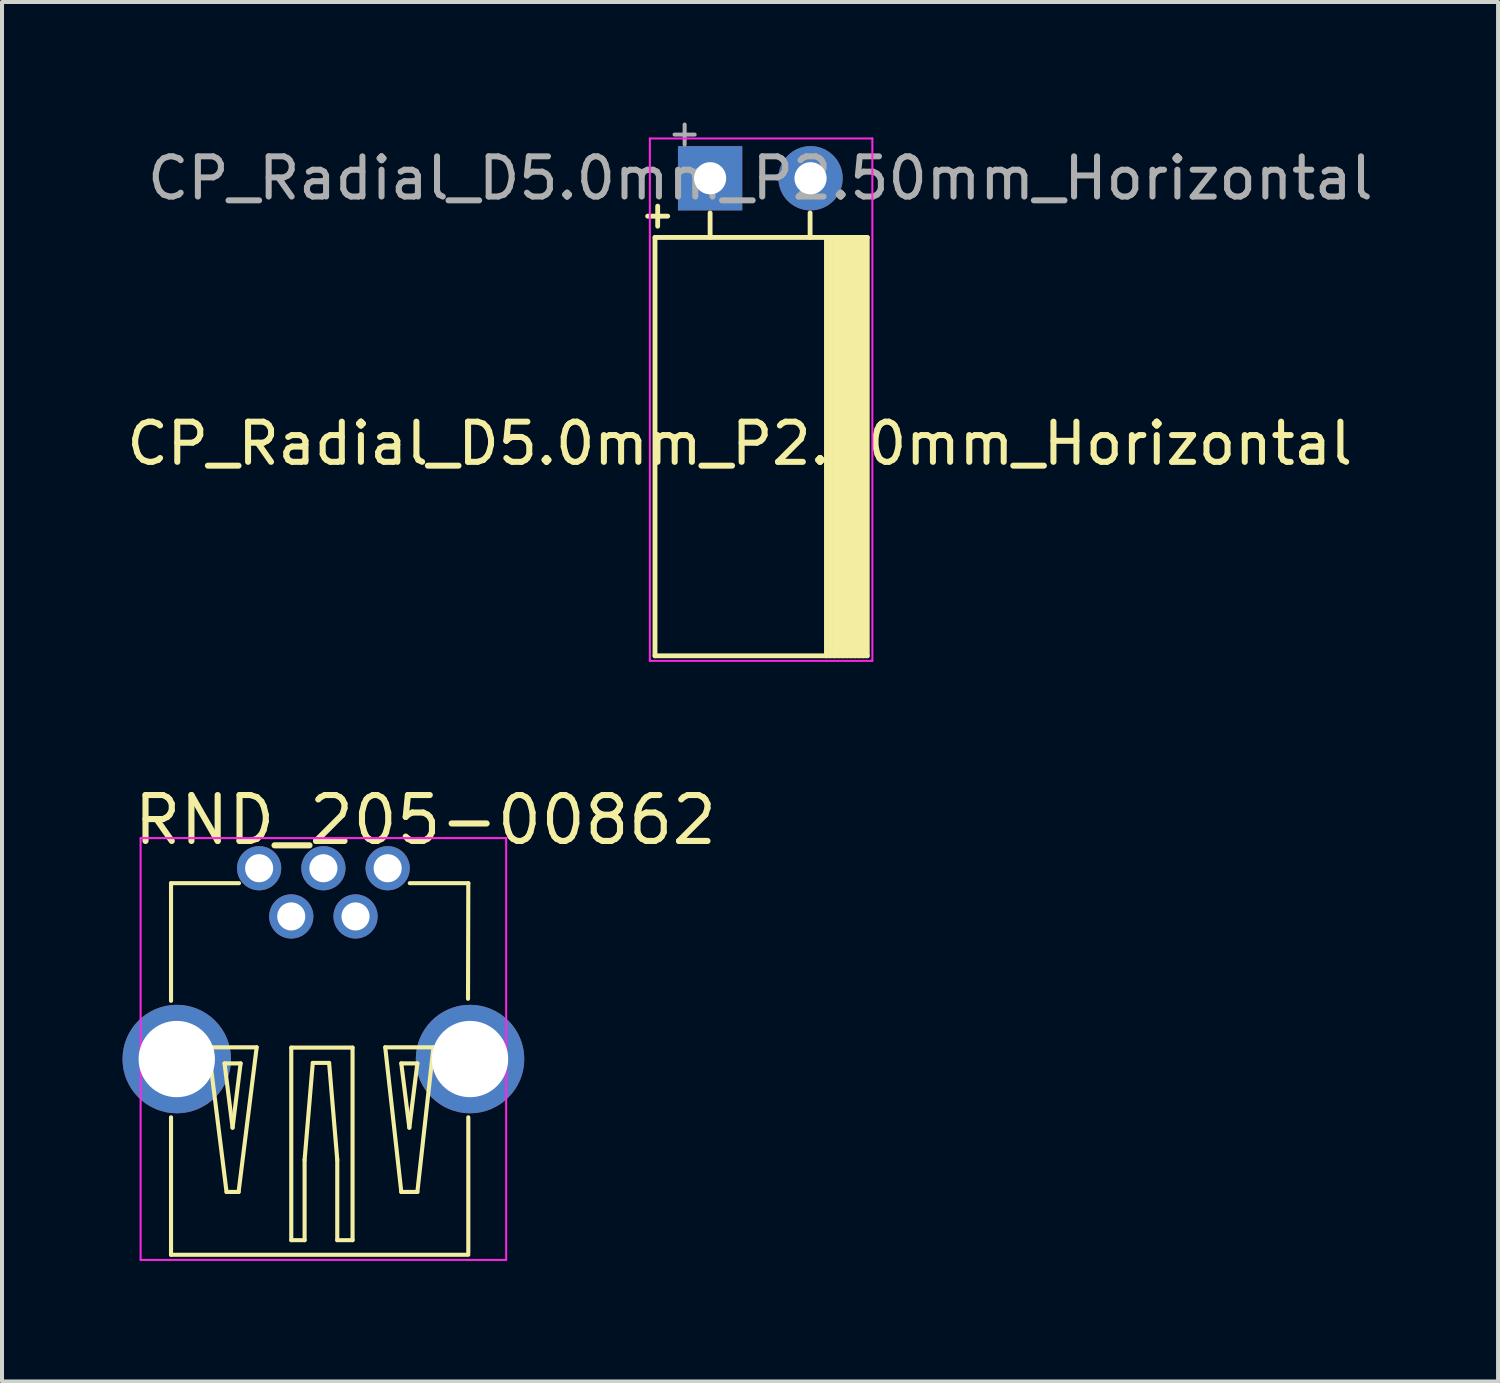
<source format=kicad_pcb>
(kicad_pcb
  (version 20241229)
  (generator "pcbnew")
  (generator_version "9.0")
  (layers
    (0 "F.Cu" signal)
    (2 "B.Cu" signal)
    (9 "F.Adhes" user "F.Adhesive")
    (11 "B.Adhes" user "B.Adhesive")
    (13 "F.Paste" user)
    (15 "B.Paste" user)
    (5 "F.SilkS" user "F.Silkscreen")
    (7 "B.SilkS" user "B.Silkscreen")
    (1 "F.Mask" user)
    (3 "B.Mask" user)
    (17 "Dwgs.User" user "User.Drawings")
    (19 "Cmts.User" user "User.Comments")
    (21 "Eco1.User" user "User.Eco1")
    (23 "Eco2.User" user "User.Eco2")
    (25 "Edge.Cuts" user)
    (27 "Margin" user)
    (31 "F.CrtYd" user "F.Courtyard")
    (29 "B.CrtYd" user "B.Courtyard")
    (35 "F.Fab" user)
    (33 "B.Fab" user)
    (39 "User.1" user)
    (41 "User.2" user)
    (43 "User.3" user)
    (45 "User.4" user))
  (footprint "RND_205-00862"
    (layer "F.Cu")
    (at 3.4 18.562)
    (property "Reference" "RND_205-00862" (at -3.2 -1.2 180) (layer "F.SilkS") (effects (font (size 1.143 1.143) (thickness 0.152)) (justify left)))
    (attr through_hole)
    (fp_line (start -2.193 0.372) (end -2.193 3.3) (stroke (width 0.102) (type solid)) (layer "F.SilkS"))
    (fp_line (start -2.193 0.372) (end -0.5 0.372) (stroke (width 0.102) (type solid)) (layer "F.SilkS"))
    (fp_line (start -2.193 6.2) (end -2.193 9.622) (stroke (width 0.102) (type solid)) (layer "F.SilkS"))
    (fp_line (start -2.193 9.622) (end 5.207 9.622) (stroke (width 0.102) (type solid)) (layer "F.SilkS"))
    (fp_line (start -1.261 4.458) (end -0.061 4.458) (stroke (width 0.102) (type solid)) (layer "F.SilkS"))
    (fp_line (start -0.861 4.858) (end -0.461 4.858) (stroke (width 0.102) (type solid)) (layer "F.SilkS"))
    (fp_line (start -0.811 8.058) (end -1.261 4.458) (stroke (width 0.102) (type solid)) (layer "F.SilkS"))
    (fp_line (start -0.661 6.458) (end -0.861 4.858) (stroke (width 0.102) (type solid)) (layer "F.SilkS"))
    (fp_line (start -0.511 8.058) (end -0.811 8.058) (stroke (width 0.102) (type solid)) (layer "F.SilkS"))
    (fp_line (start -0.461 4.858) (end -0.661 6.458) (stroke (width 0.102) (type solid)) (layer "F.SilkS"))
    (fp_line (start -0.061 4.458) (end -0.511 8.058) (stroke (width 0.102) (type solid)) (layer "F.SilkS"))
    (fp_line (start 0.8 4.465) (end 2.326 4.465) (stroke (width 0.102) (type solid)) (layer "F.SilkS"))
    (fp_line (start 0.8 9.258) (end 0.8 4.465) (stroke (width 0.102) (type solid)) (layer "F.SilkS"))
    (fp_line (start 1.132 7.259) (end 1.132 9.258) (stroke (width 0.102) (type solid)) (layer "F.SilkS"))
    (fp_line (start 1.132 9.258) (end 0.8 9.258) (stroke (width 0.102) (type solid)) (layer "F.SilkS"))
    (fp_line (start 1.336 4.846) (end 1.132 7.259) (stroke (width 0.102) (type solid)) (layer "F.SilkS"))
    (fp_line (start 1.742 4.846) (end 1.336 4.846) (stroke (width 0.102) (type solid)) (layer "F.SilkS"))
    (fp_line (start 1.945 7.259) (end 1.742 4.846) (stroke (width 0.102) (type solid)) (layer "F.SilkS"))
    (fp_line (start 1.945 9.258) (end 1.945 7.259) (stroke (width 0.102) (type solid)) (layer "F.SilkS"))
    (fp_line (start 2.326 4.465) (end 2.326 9.258) (stroke (width 0.102) (type solid)) (layer "F.SilkS"))
    (fp_line (start 2.326 9.258) (end 1.945 9.258) (stroke (width 0.102) (type solid)) (layer "F.SilkS"))
    (fp_line (start 3.139 4.458) (end 4.339 4.458) (stroke (width 0.102) (type solid)) (layer "F.SilkS"))
    (fp_line (start 3.539 4.858) (end 3.939 4.858) (stroke (width 0.102) (type solid)) (layer "F.SilkS"))
    (fp_line (start 3.539 8.058) (end 3.139 4.458) (stroke (width 0.102) (type solid)) (layer "F.SilkS"))
    (fp_line (start 3.739 6.458) (end 3.539 4.858) (stroke (width 0.102) (type solid)) (layer "F.SilkS"))
    (fp_line (start 3.75 0.372) (end 5.207 0.372) (stroke (width 0.102) (type solid)) (layer "F.SilkS"))
    (fp_line (start 3.939 4.858) (end 3.739 6.458) (stroke (width 0.102) (type solid)) (layer "F.SilkS"))
    (fp_line (start 3.939 8.058) (end 3.539 8.058) (stroke (width 0.102) (type solid)) (layer "F.SilkS"))
    (fp_line (start 4.339 4.458) (end 3.939 8.058) (stroke (width 0.102) (type solid)) (layer "F.SilkS"))
    (fp_line (start 5.207 0.372) (end 5.2 3.25) (stroke (width 0.102) (type solid)) (layer "F.SilkS"))
    (fp_line (start 5.207 6.2) (end 5.207 9.572) (stroke (width 0.102) (type solid)) (layer "F.SilkS"))
    (fp_line (start -2.95 -0.75) (end -2.95 9.75) (stroke (width 0.05) (type solid)) (layer "F.CrtYd"))
    (fp_line (start -2.95 9.75) (end 6.15 9.75) (stroke (width 0.05) (type solid)) (layer "F.CrtYd"))
    (fp_line (start 6.15 -0.75) (end -2.95 -0.75) (stroke (width 0.05) (type solid)) (layer "F.CrtYd"))
    (fp_line (start 6.15 9.75) (end 6.15 -0.75) (stroke (width 0.05) (type solid)) (layer "F.CrtYd"))
    (pad "1" thru_hole circle (at 0 0 270) (size 1.1 1.1) (drill 0.7) (layers "*.Cu" "*.Mask"))
    (pad "2" thru_hole circle (at 0.8 1.2 270) (size 1.1 1.1) (drill 0.7) (layers "*.Cu" "*.Mask"))
    (pad "3" thru_hole circle (at 1.6 0 270) (size 1.1 1.1) (drill 0.7) (layers "*.Cu" "*.Mask"))
    (pad "4" thru_hole circle (at 2.4 1.2 270) (size 1.1 1.1) (drill 0.7) (layers "*.Cu" "*.Mask"))
    (pad "5" thru_hole circle (at 3.2 0 270) (size 1.1 1.1) (drill 0.7) (layers "*.Cu" "*.Mask"))
    (pad "6" thru_hole circle (at -2.05 4.75 270) (size 2.7 2.7) (drill 1.9) (layers "*.Cu" "*.Mask"))
    (pad "6" thru_hole circle (at 5.25 4.75 270) (size 2.7 2.7) (drill 1.9) (layers "*.Cu" "*.Mask")))
  (footprint "CP_Radial_D5.0mm_P2.50mm_Horizontal"
    (layer "F.Cu")
    (at 14.626 1.387)
    (property "Reference" "CP_Radial_D5.0mm_P2.50mm_Horizontal" (at 0.737 6.604 0) (layer "F.SilkS") (effects (font (size 1 1) (thickness 0.15))))
    (attr through_hole)
    (fp_line (start -1.555 0.944) (end -1.055 0.944) (stroke (width 0.12) (type solid)) (layer "F.SilkS"))
    (fp_line (start -1.372 1.473) (end -1.372 11.887) (stroke (width 0.12) (type solid)) (layer "F.SilkS"))
    (fp_line (start -1.372 1.473) (end 3.912 1.473) (stroke (width 0.12) (type solid)) (layer "F.SilkS"))
    (fp_line (start -1.372 11.887) (end 3.912 11.887) (stroke (width 0.12) (type solid)) (layer "F.SilkS"))
    (fp_line (start -1.305 0.694) (end -1.305 1.194) (stroke (width 0.12) (type solid)) (layer "F.SilkS"))
    (fp_line (start 0 0.864) (end 0 1.473) (stroke (width 0.12) (type solid)) (layer "F.SilkS"))
    (fp_line (start 2.489 0.864) (end 2.489 1.473) (stroke (width 0.12) (type solid)) (layer "F.SilkS"))
    (fp_line (start 2.896 1.473) (end 2.896 11.887) (stroke (width 0.12) (type solid)) (layer "F.SilkS"))
    (fp_line (start 2.997 1.473) (end 2.997 11.887) (stroke (width 0.12) (type solid)) (layer "F.SilkS"))
    (fp_line (start 3.099 1.473) (end 3.099 11.887) (stroke (width 0.12) (type solid)) (layer "F.SilkS"))
    (fp_line (start 3.2 1.473) (end 3.2 11.887) (stroke (width 0.12) (type solid)) (layer "F.SilkS"))
    (fp_line (start 3.302 1.473) (end 3.302 11.887) (stroke (width 0.12) (type solid)) (layer "F.SilkS"))
    (fp_line (start 3.404 1.473) (end 3.404 11.887) (stroke (width 0.12) (type solid)) (layer "F.SilkS"))
    (fp_line (start 3.505 1.473) (end 3.505 11.887) (stroke (width 0.12) (type solid)) (layer "F.SilkS"))
    (fp_line (start 3.607 1.473) (end 3.607 11.887) (stroke (width 0.12) (type solid)) (layer "F.SilkS"))
    (fp_line (start 3.708 1.473) (end 3.708 11.887) (stroke (width 0.12) (type solid)) (layer "F.SilkS"))
    (fp_line (start 3.81 1.473) (end 3.81 11.887) (stroke (width 0.12) (type solid)) (layer "F.SilkS"))
    (fp_line (start 3.912 11.887) (end 3.912 1.473) (stroke (width 0.12) (type solid)) (layer "F.SilkS"))
    (fp_line (start -1.5 -0.991) (end -1.5 0) (stroke (width 0.05) (type solid)) (layer "F.CrtYd"))
    (fp_line (start -1.5 0) (end -1.5 12.014) (stroke (width 0.05) (type solid)) (layer "F.CrtYd"))
    (fp_line (start -1.5 12.014) (end 4.039 12.014) (stroke (width 0.05) (type solid)) (layer "F.CrtYd"))
    (fp_line (start 4.039 -0.991) (end -1.5 -0.991) (stroke (width 0.05) (type solid)) (layer "F.CrtYd"))
    (fp_line (start 4.039 12.014) (end 4.039 -0.991) (stroke (width 0.05) (type solid)) (layer "F.CrtYd"))
    (fp_line (start -0.884 -1.087) (end -0.384 -1.087) (stroke (width 0.1) (type solid)) (layer "F.Fab"))
    (fp_line (start -0.634 -1.337) (end -0.634 -0.838) (stroke (width 0.1) (type solid)) (layer "F.Fab"))
    (fp_text user "${REFERENCE}" (at 1.25 0 0) (layer "F.Fab") (effects (font (size 1 1) (thickness 0.15))))
    (pad "1" thru_hole rect (at 0 0) (size 1.6 1.6) (drill 0.8) (layers "*.Cu" "*.Mask"))
    (pad "2" thru_hole circle (at 2.5 0) (size 1.6 1.6) (drill 0.8) (layers "*.Cu" "*.Mask")))
  (gr_rect
    (start -3 -3)
    (end 34.24 31.337)
    (stroke (width 0.1) (type default))
    (fill no)
    (layer "Edge.Cuts")))
</source>
